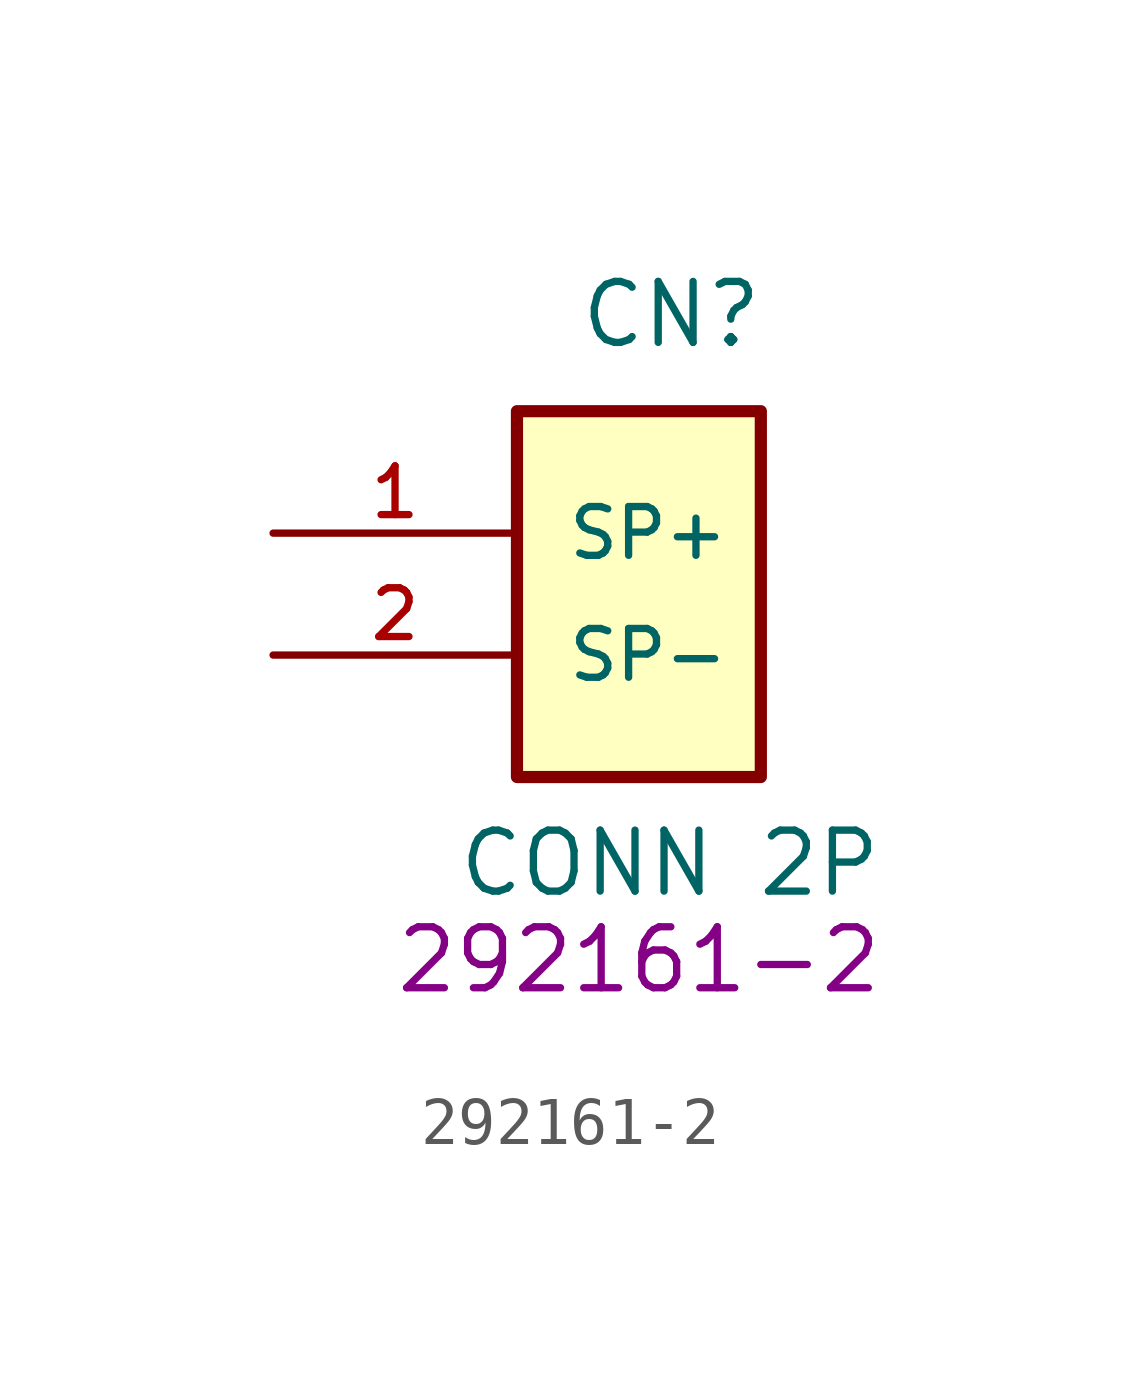
<source format=kicad_sym>
(kicad_symbol_lib
  (version 20220914)
  (generator kicad_symbol_editor)
  (symbol "292161-2"
    (pin_names
      (offset 1.016))
    (property "Reference" "CN"
      (at -1.27 6.35 0)
      (effects (font (size 1.27 1.27)) (justify left bottom)))
    (property "Value" "CONN 2P"
      (at -3.81 -5.08 0)
      (effects (font (size 1.27 1.27)) (justify left bottom)))
    (property "Manufacturer_Part_Number" "292161-2"
      (at 0 -6.35 0)
      (effects (font (size 1.27 1.27))))
    (symbol "292161-2_0_0"
      (rectangle (start -2.54 5.08) (end 2.54 -2.54) (stroke (width 0.254) (type default)) (fill (type background))))
    (symbol "292161-2_1_0"
      (pin passive line (at -7.62 2.54 0) (length 5.08) (name "SP+" (effects (font (size 1.016 1.016)))) (number "1" (effects (font (size 1.016 1.016)))))
      (pin passive line (at -7.62 0 0) (length 5.08) (name "SP-" (effects (font (size 1.016 1.016)))) (number "2" (effects (font (size 1.016 1.016))))))))
</source>
